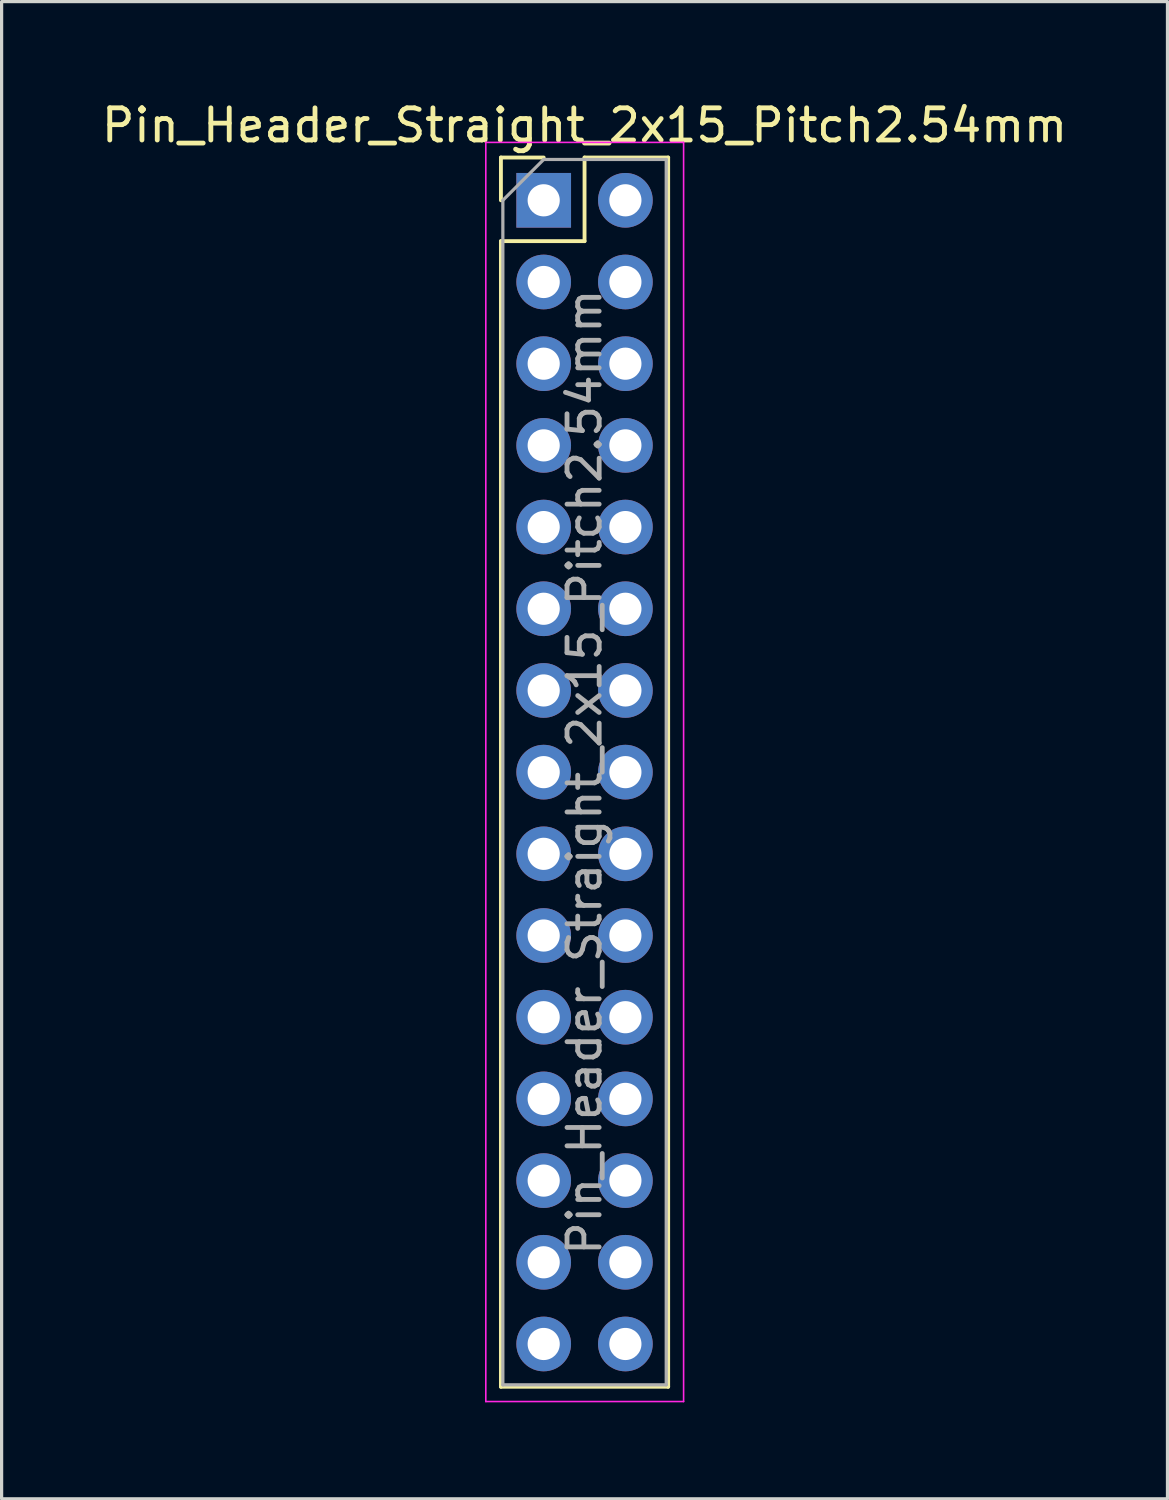
<source format=kicad_pcb>
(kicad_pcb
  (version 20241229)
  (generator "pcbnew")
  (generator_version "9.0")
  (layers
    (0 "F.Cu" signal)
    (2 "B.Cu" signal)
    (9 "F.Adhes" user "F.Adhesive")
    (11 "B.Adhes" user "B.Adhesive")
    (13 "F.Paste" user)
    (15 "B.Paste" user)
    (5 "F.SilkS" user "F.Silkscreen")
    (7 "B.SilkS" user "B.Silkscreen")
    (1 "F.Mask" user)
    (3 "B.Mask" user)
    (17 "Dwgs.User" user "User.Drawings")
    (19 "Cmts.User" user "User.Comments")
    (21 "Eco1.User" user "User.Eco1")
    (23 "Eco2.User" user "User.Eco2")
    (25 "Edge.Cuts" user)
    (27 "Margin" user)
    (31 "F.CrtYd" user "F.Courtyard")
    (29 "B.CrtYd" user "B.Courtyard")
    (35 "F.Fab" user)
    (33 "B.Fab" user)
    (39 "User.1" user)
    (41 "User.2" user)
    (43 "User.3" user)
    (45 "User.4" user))
  (footprint "Pin_Header_Straight_2x15_Pitch2.54mm"
    (layer "F.Cu")
    (at 13.855 3.178)
    (property "Reference" "Pin_Header_Straight_2x15_Pitch2.54mm" (at 1.27 -2.33 0) (layer "F.SilkS") (effects (font (size 1 1) (thickness 0.15))))
    (attr through_hole)
    (fp_line (start -1.33 -1.33) (end 0 -1.33) (stroke (width 0.12) (type solid)) (layer "F.SilkS"))
    (fp_line (start -1.33 0) (end -1.33 -1.33) (stroke (width 0.12) (type solid)) (layer "F.SilkS"))
    (fp_line (start -1.33 1.27) (end -1.33 36.89) (stroke (width 0.12) (type solid)) (layer "F.SilkS"))
    (fp_line (start -1.33 1.27) (end 1.27 1.27) (stroke (width 0.12) (type solid)) (layer "F.SilkS"))
    (fp_line (start -1.33 36.89) (end 3.87 36.89) (stroke (width 0.12) (type solid)) (layer "F.SilkS"))
    (fp_line (start 1.27 -1.33) (end 3.87 -1.33) (stroke (width 0.12) (type solid)) (layer "F.SilkS"))
    (fp_line (start 1.27 1.27) (end 1.27 -1.33) (stroke (width 0.12) (type solid)) (layer "F.SilkS"))
    (fp_line (start 3.87 -1.33) (end 3.87 36.89) (stroke (width 0.12) (type solid)) (layer "F.SilkS"))
    (fp_line (start -1.8 -1.8) (end -1.8 37.35) (stroke (width 0.05) (type solid)) (layer "F.CrtYd"))
    (fp_line (start -1.8 37.35) (end 4.35 37.35) (stroke (width 0.05) (type solid)) (layer "F.CrtYd"))
    (fp_line (start 4.35 -1.8) (end -1.8 -1.8) (stroke (width 0.05) (type solid)) (layer "F.CrtYd"))
    (fp_line (start 4.35 37.35) (end 4.35 -1.8) (stroke (width 0.05) (type solid)) (layer "F.CrtYd"))
    (fp_line (start -1.27 0) (end 0 -1.27) (stroke (width 0.1) (type solid)) (layer "F.Fab"))
    (fp_line (start -1.27 36.83) (end -1.27 0) (stroke (width 0.1) (type solid)) (layer "F.Fab"))
    (fp_line (start 0 -1.27) (end 3.81 -1.27) (stroke (width 0.1) (type solid)) (layer "F.Fab"))
    (fp_line (start 3.81 -1.27) (end 3.81 36.83) (stroke (width 0.1) (type solid)) (layer "F.Fab"))
    (fp_line (start 3.81 36.83) (end -1.27 36.83) (stroke (width 0.1) (type solid)) (layer "F.Fab"))
    (fp_text user "${REFERENCE}" (at 1.27 17.78 90) (layer "F.Fab") (effects (font (size 1 1) (thickness 0.15))))
    (pad "1" thru_hole rect (at 0 0) (size 1.7 1.7) (drill 1) (layers "*.Cu" "*.Mask"))
    (pad "2" thru_hole oval (at 0 2.54) (size 1.7 1.7) (drill 1) (layers "*.Cu" "*.Mask"))
    (pad "3" thru_hole oval (at 0 5.08) (size 1.7 1.7) (drill 1) (layers "*.Cu" "*.Mask"))
    (pad "4" thru_hole oval (at 0 7.62) (size 1.7 1.7) (drill 1) (layers "*.Cu" "*.Mask"))
    (pad "5" thru_hole oval (at 0 10.16) (size 1.7 1.7) (drill 1) (layers "*.Cu" "*.Mask"))
    (pad "6" thru_hole oval (at 0 12.7) (size 1.7 1.7) (drill 1) (layers "*.Cu" "*.Mask"))
    (pad "7" thru_hole oval (at 0 15.24) (size 1.7 1.7) (drill 1) (layers "*.Cu" "*.Mask"))
    (pad "8" thru_hole oval (at 0 17.78) (size 1.7 1.7) (drill 1) (layers "*.Cu" "*.Mask"))
    (pad "9" thru_hole oval (at 0 20.32) (size 1.7 1.7) (drill 1) (layers "*.Cu" "*.Mask"))
    (pad "10" thru_hole oval (at 0 22.86) (size 1.7 1.7) (drill 1) (layers "*.Cu" "*.Mask"))
    (pad "11" thru_hole oval (at 0 25.4) (size 1.7 1.7) (drill 1) (layers "*.Cu" "*.Mask"))
    (pad "12" thru_hole oval (at 0 27.94) (size 1.7 1.7) (drill 1) (layers "*.Cu" "*.Mask"))
    (pad "13" thru_hole oval (at 0 30.48) (size 1.7 1.7) (drill 1) (layers "*.Cu" "*.Mask"))
    (pad "14" thru_hole oval (at 0 33.02) (size 1.7 1.7) (drill 1) (layers "*.Cu" "*.Mask"))
    (pad "15" thru_hole oval (at 0 35.56) (size 1.7 1.7) (drill 1) (layers "*.Cu" "*.Mask"))
    (pad "16" thru_hole oval (at 2.54 0) (size 1.7 1.7) (drill 1) (layers "*.Cu" "*.Mask"))
    (pad "17" thru_hole oval (at 2.54 2.54) (size 1.7 1.7) (drill 1) (layers "*.Cu" "*.Mask"))
    (pad "18" thru_hole oval (at 2.54 5.08) (size 1.7 1.7) (drill 1) (layers "*.Cu" "*.Mask"))
    (pad "19" thru_hole oval (at 2.54 7.62) (size 1.7 1.7) (drill 1) (layers "*.Cu" "*.Mask"))
    (pad "20" thru_hole oval (at 2.54 10.16) (size 1.7 1.7) (drill 1) (layers "*.Cu" "*.Mask"))
    (pad "21" thru_hole oval (at 2.54 12.7) (size 1.7 1.7) (drill 1) (layers "*.Cu" "*.Mask"))
    (pad "22" thru_hole oval (at 2.54 15.24) (size 1.7 1.7) (drill 1) (layers "*.Cu" "*.Mask"))
    (pad "23" thru_hole oval (at 2.54 17.78) (size 1.7 1.7) (drill 1) (layers "*.Cu" "*.Mask"))
    (pad "24" thru_hole oval (at 2.54 20.32) (size 1.7 1.7) (drill 1) (layers "*.Cu" "*.Mask"))
    (pad "25" thru_hole oval (at 2.54 22.86) (size 1.7 1.7) (drill 1) (layers "*.Cu" "*.Mask"))
    (pad "26" thru_hole oval (at 2.54 25.4) (size 1.7 1.7) (drill 1) (layers "*.Cu" "*.Mask"))
    (pad "27" thru_hole oval (at 2.54 27.94) (size 1.7 1.7) (drill 1) (layers "*.Cu" "*.Mask"))
    (pad "28" thru_hole oval (at 2.54 30.48) (size 1.7 1.7) (drill 1) (layers "*.Cu" "*.Mask"))
    (pad "29" thru_hole oval (at 2.54 33.02) (size 1.7 1.7) (drill 1) (layers "*.Cu" "*.Mask"))
    (pad "30" thru_hole oval (at 2.54 35.56) (size 1.7 1.7) (drill 1) (layers "*.Cu" "*.Mask")))
  (gr_rect
    (start -3 -3)
    (end 33.25 43.553)
    (stroke (width 0.1) (type default))
    (fill no)
    (layer "Edge.Cuts")))
</source>
